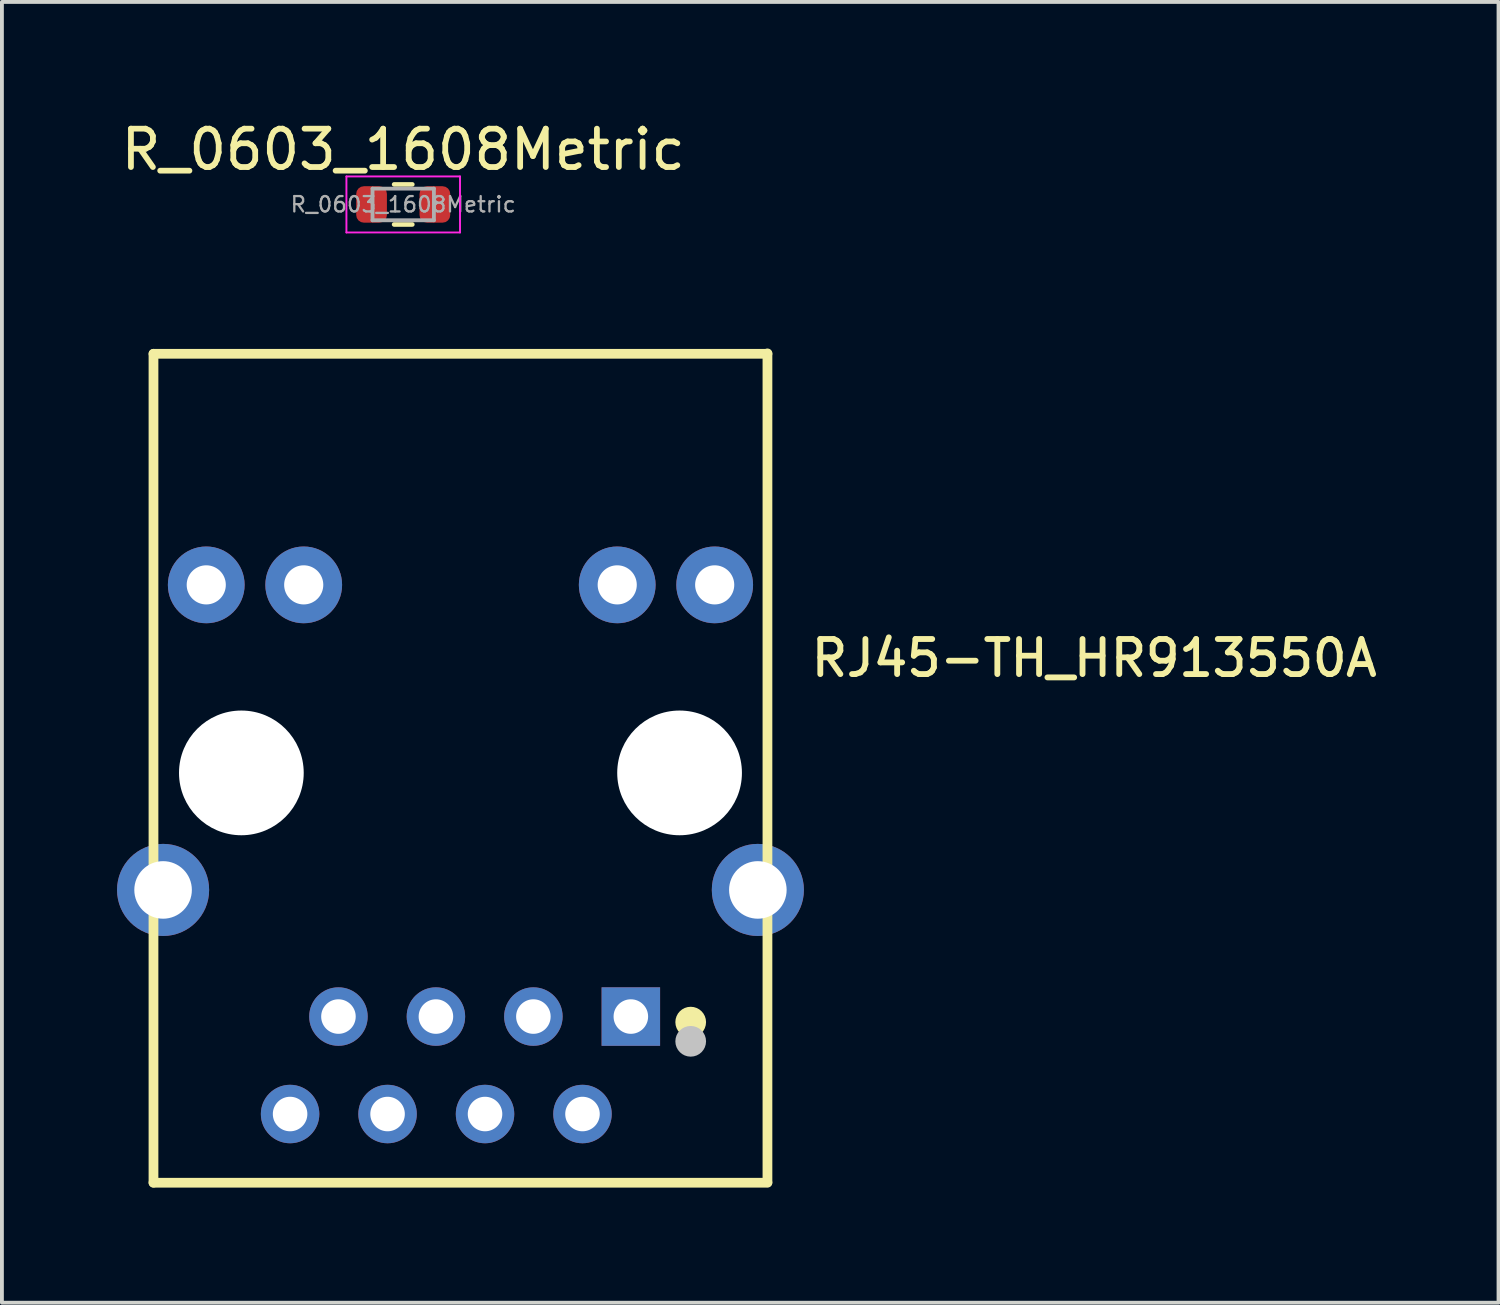
<source format=kicad_pcb>
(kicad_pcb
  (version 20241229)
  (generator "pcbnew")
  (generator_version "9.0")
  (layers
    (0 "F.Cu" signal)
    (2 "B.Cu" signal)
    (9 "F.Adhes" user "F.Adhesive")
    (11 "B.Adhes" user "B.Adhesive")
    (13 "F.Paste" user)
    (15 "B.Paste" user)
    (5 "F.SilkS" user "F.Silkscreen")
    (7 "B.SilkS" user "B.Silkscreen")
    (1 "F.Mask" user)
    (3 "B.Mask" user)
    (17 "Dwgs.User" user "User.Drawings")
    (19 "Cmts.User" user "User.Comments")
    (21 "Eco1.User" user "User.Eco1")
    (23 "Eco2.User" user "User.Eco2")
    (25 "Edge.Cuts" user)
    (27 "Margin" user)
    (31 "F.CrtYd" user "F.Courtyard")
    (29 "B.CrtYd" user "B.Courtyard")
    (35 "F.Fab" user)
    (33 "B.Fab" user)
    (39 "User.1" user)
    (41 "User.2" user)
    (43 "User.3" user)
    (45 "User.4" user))
  (footprint "R_0603_1608Metric"
    (layer "F.Cu")
    (at 7.458 2.278)
    (property "Reference" "R_0603_1608Metric" (at 0 -1.43 0) (layer "F.SilkS") (effects (font (size 1 1) (thickness 0.15))))
    (attr smd)
    (fp_line (start -0.237 -0.522) (end 0.237 -0.522) (stroke (width 0.12) (type solid)) (layer "F.SilkS"))
    (fp_line (start -0.237 0.522) (end 0.237 0.522) (stroke (width 0.12) (type solid)) (layer "F.SilkS"))
    (fp_line (start -1.48 -0.73) (end 1.48 -0.73) (stroke (width 0.05) (type solid)) (layer "F.CrtYd"))
    (fp_line (start -1.48 0.73) (end -1.48 -0.73) (stroke (width 0.05) (type solid)) (layer "F.CrtYd"))
    (fp_line (start 1.48 -0.73) (end 1.48 0.73) (stroke (width 0.05) (type solid)) (layer "F.CrtYd"))
    (fp_line (start 1.48 0.73) (end -1.48 0.73) (stroke (width 0.05) (type solid)) (layer "F.CrtYd"))
    (fp_line (start -0.8 -0.412) (end 0.8 -0.412) (stroke (width 0.1) (type solid)) (layer "F.Fab"))
    (fp_line (start -0.8 0.412) (end -0.8 -0.412) (stroke (width 0.1) (type solid)) (layer "F.Fab"))
    (fp_line (start 0.8 -0.412) (end 0.8 0.412) (stroke (width 0.1) (type solid)) (layer "F.Fab"))
    (fp_line (start 0.8 0.412) (end -0.8 0.412) (stroke (width 0.1) (type solid)) (layer "F.Fab"))
    (fp_text user "${REFERENCE}" (at 0 0 0) (layer "F.Fab") (effects (font (size 0.4 0.4) (thickness 0.06))))
    (pad "1" smd roundrect (at -0.825 0) (size 0.8 0.95) (layers "F.Cu" "F.Mask" "F.Paste") (roundrect_rratio 0.25))
    (pad "2" smd roundrect (at 0.825 0) (size 0.8 0.95) (layers "F.Cu" "F.Mask" "F.Paste") (roundrect_rratio 0.25)))
  (footprint "RJ45-TH_HR913550A"
    (layer "F.Cu")
    (at 8.95 19.087)
    (property "Reference" "RJ45-TH_HR913550A" (at 9.06 -5.52 0) (layer "F.SilkS") (effects (font (size 0.914 0.914) (thickness 0.152)) (justify left top)))
    (fp_line (start -8 -12.917) (end -8 8.683) (stroke (width 0.254) (type default)) (layer "F.SilkS"))
    (fp_line (start -8 -12.917) (end 8 -12.917) (stroke (width 0.254) (type default)) (layer "F.SilkS"))
    (fp_line (start -8 8.685) (end 8 8.685) (stroke (width 0.254) (type default)) (layer "F.SilkS"))
    (fp_line (start 8 -12.927) (end 8 8.673) (stroke (width 0.254) (type default)) (layer "F.SilkS"))
    (fp_circle (center 6 4.5) (end 6.2 4.5) (stroke (width 0.4) (type default)) (fill no) (layer "F.SilkS"))
    (fp_circle (center -5.71 -1.995) (end -4.96 -1.995) (stroke (width 1.5) (type default)) (fill no) (layer "Dwgs.User"))
    (fp_circle (center 5.71 -1.995) (end 6.46 -1.995) (stroke (width 1.5) (type default)) (fill no) (layer "Dwgs.User"))
    (fp_circle (center 6 5) (end 6.2 5) (stroke (width 0.4) (type default)) (fill no) (layer "Dwgs.User"))
    (fp_circle (center -5.71 -1.995) (end -4.897 -1.995) (stroke (width 1.625) (type default)) (fill no) (layer "User.3"))
    (fp_circle (center 5.71 -1.995) (end 6.522 -1.995) (stroke (width 1.625) (type default)) (fill no) (layer "User.3"))
    (fp_circle (center -7.75 1.055) (end -7.3 1.055) (stroke (width 0.9) (type default)) (fill no) (layer "User.4"))
    (fp_circle (center -6.625 -6.895) (end -6.25 -6.895) (stroke (width 0.75) (type default)) (fill no) (layer "User.4"))
    (fp_circle (center -4.44 6.895) (end -4.154 6.895) (stroke (width 0.572) (type default)) (fill no) (layer "User.4"))
    (fp_circle (center -4.085 -6.895) (end -3.71 -6.895) (stroke (width 0.75) (type default)) (fill no) (layer "User.4"))
    (fp_circle (center -3.18 4.355) (end -2.894 4.355) (stroke (width 0.572) (type default)) (fill no) (layer "User.4"))
    (fp_circle (center -1.9 6.895) (end -1.614 6.895) (stroke (width 0.572) (type default)) (fill no) (layer "User.4"))
    (fp_circle (center -0.64 4.355) (end -0.354 4.355) (stroke (width 0.572) (type default)) (fill no) (layer "User.4"))
    (fp_circle (center 0.64 6.895) (end 0.926 6.895) (stroke (width 0.572) (type default)) (fill no) (layer "User.4"))
    (fp_circle (center 1.9 4.355) (end 2.186 4.355) (stroke (width 0.572) (type default)) (fill no) (layer "User.4"))
    (fp_circle (center 3.18 6.895) (end 3.466 6.895) (stroke (width 0.572) (type default)) (fill no) (layer "User.4"))
    (fp_circle (center 4.085 -6.895) (end 4.46 -6.895) (stroke (width 0.75) (type default)) (fill no) (layer "User.4"))
    (fp_circle (center 6.625 -6.895) (end 7 -6.895) (stroke (width 0.75) (type default)) (fill no) (layer "User.4"))
    (fp_circle (center 7.75 1.055) (end 8.2 1.055) (stroke (width 0.9) (type default)) (fill no) (layer "User.4"))
    (fp_circle (center 8.65 8.5) (end 8.68 8.5) (stroke (width 0.06) (type default)) (fill no) (layer "User.5"))
    (pad "" np_thru_hole circle (at -5.71 -1.995) (size 3.25 3.25) (drill 3.25) (layers "*.Cu" "*.Mask"))
    (pad "" np_thru_hole circle (at 5.71 -1.995) (size 3.25 3.25) (drill 3.25) (layers "*.Cu" "*.Mask"))
    (pad "1" thru_hole rect (at 4.44 4.355 90) (size 1.524 1.524) (drill 0.9) (layers "*.Cu" "*.Mask"))
    (pad "2" thru_hole oval (at 3.18 6.895 90) (size 1.524 1.524) (drill 0.9) (layers "*.Cu" "*.Mask"))
    (pad "3" thru_hole oval (at 1.9 4.355 90) (size 1.524 1.524) (drill 0.9) (layers "*.Cu" "*.Mask"))
    (pad "4" thru_hole oval (at 0.64 6.895 90) (size 1.524 1.524) (drill 0.9) (layers "*.Cu" "*.Mask"))
    (pad "5" thru_hole oval (at -0.64 4.355 90) (size 1.524 1.524) (drill 0.9) (layers "*.Cu" "*.Mask"))
    (pad "6" thru_hole oval (at -1.9 6.895 90) (size 1.524 1.524) (drill 0.9) (layers "*.Cu" "*.Mask"))
    (pad "7" thru_hole oval (at -3.18 4.355 90) (size 1.524 1.524) (drill 0.9) (layers "*.Cu" "*.Mask"))
    (pad "8" thru_hole oval (at -4.44 6.895 90) (size 1.524 1.524) (drill 0.9) (layers "*.Cu" "*.Mask"))
    (pad "9" thru_hole oval (at 6.625 -6.895 90) (size 2 2) (drill 1.02) (layers "*.Cu" "*.Mask"))
    (pad "10" thru_hole oval (at 4.085 -6.895 90) (size 2 2) (drill 1.02) (layers "*.Cu" "*.Mask"))
    (pad "11" thru_hole oval (at -4.085 -6.895 90) (size 2 2) (drill 1.02) (layers "*.Cu" "*.Mask"))
    (pad "12" thru_hole oval (at -6.625 -6.895 90) (size 2 2) (drill 1.02) (layers "*.Cu" "*.Mask"))
    (pad "13" thru_hole oval (at 7.75 1.055 90) (size 2.4 2.4) (drill 1.5) (layers "*.Cu" "*.Mask"))
    (pad "14" thru_hole oval (at -7.75 1.055 90) (size 2.4 2.4) (drill 1.5) (layers "*.Cu" "*.Mask"))
    (zone (net_name "") (layer "User.3") (hatch edge 0.5) (priority 100) (connect_pads yes) (min_thickness 0) (filled_areas_thickness no) (fill) (polygon (pts (xy 0.95 27.73) (xy 0.95 6.17) (xy 16.99 6.17) (xy 16.99 27.73))))
    (zone (net_name "") (layer "User.4") (hatch edge 0.5) (priority 100) (connect_pads yes) (min_thickness 0) (filled_areas_thickness no) (fill yes) (polygon (pts (xy 12.819 23.897) (xy 12.819 22.754) (xy 13.961 22.754) (xy 13.961 23.897))) (filled_polygon (layer "User.4") (island) (pts (xy 12.819 23.897) (xy 12.819 22.754) (xy 13.961 22.754) (xy 13.961 23.897)))))
  (gr_rect
    (start -3 -3)
    (end 36.002 30.899)
    (stroke (width 0.1) (type default))
    (fill no)
    (layer "Edge.Cuts")))
</source>
